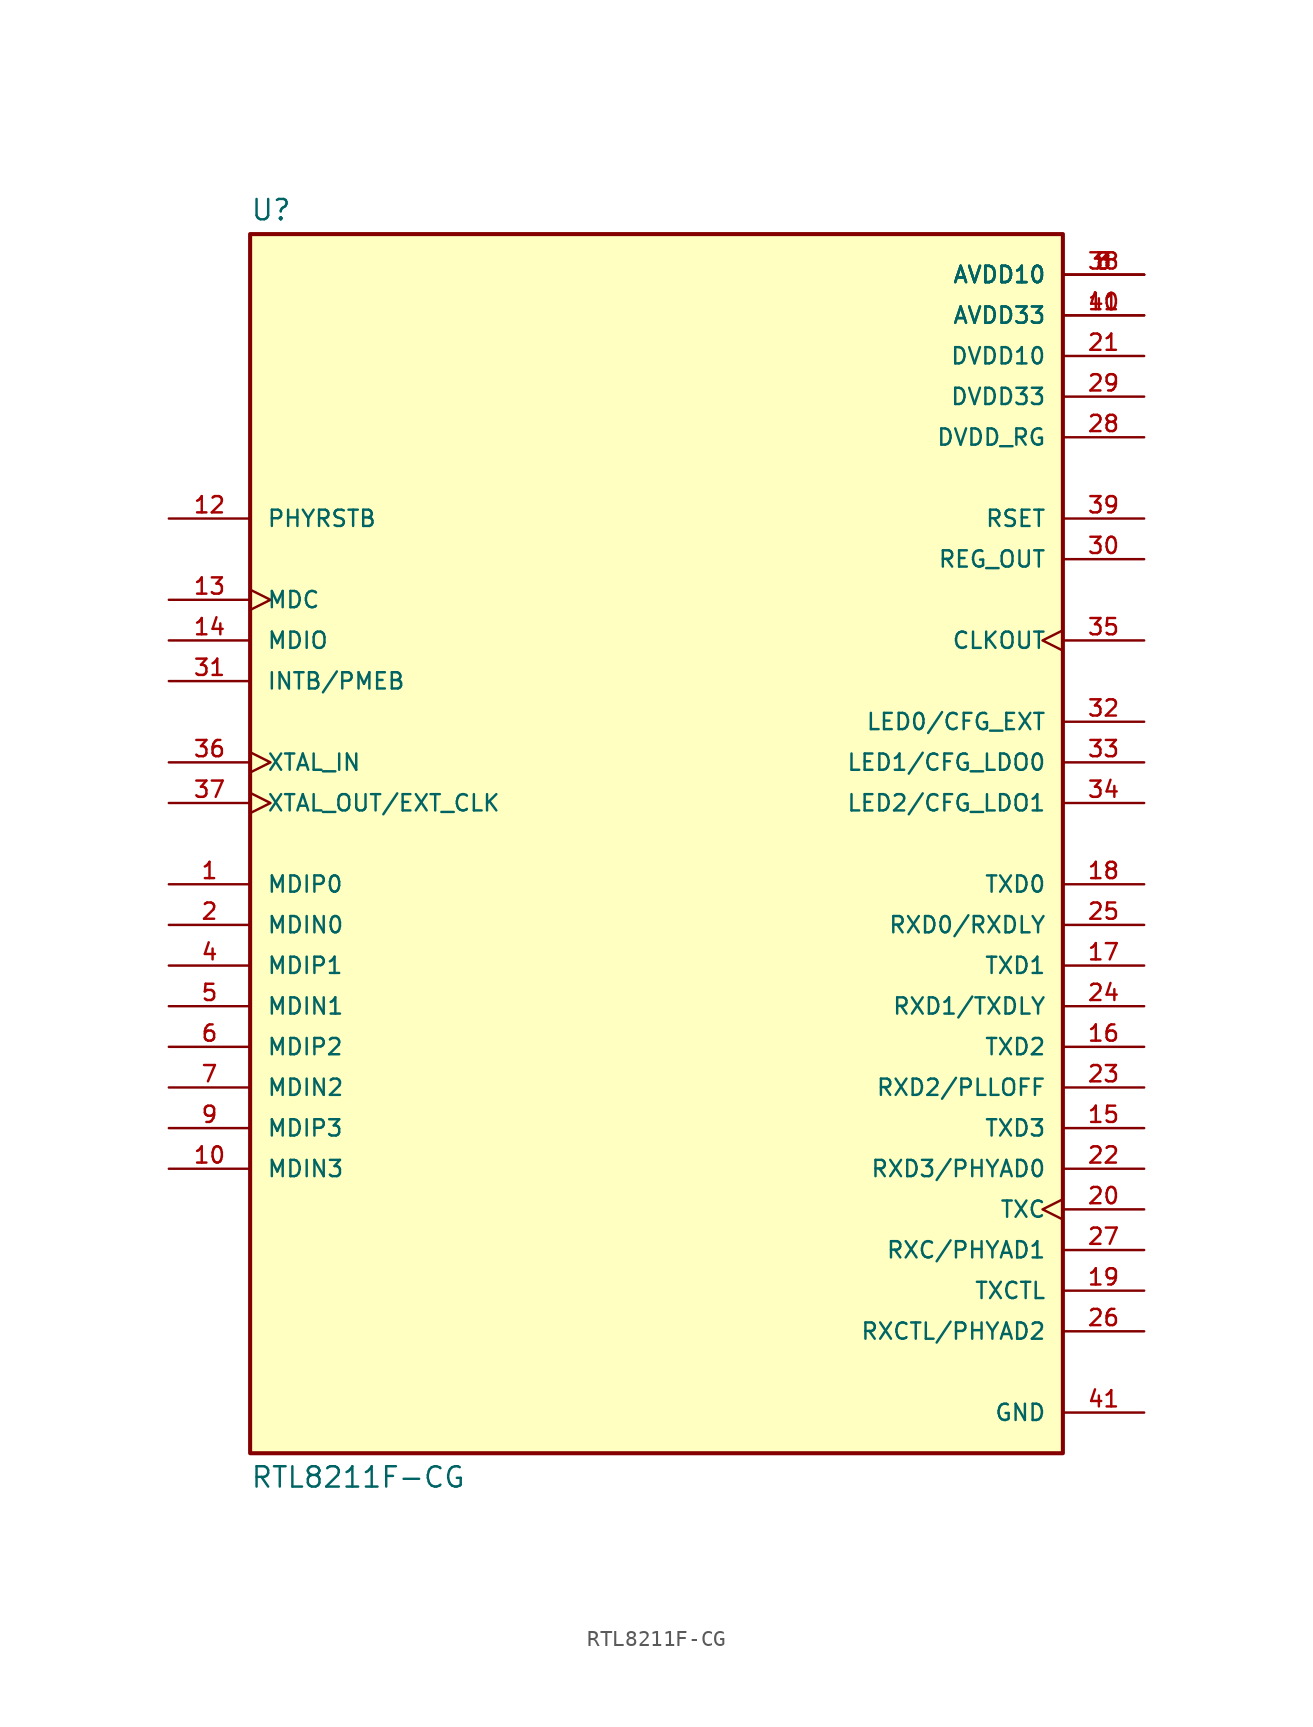
<source format=kicad_sym>
(kicad_symbol_lib
  (version 20211014)
  (generator kicad_symbol_editor)
  (symbol "RTL8211F-CG"
    (pin_names
      (offset 1.016))
    (property "Reference" "U"
      (at -25.4 38.862 0)
      (effects (font (size 1.27 1.27)) (justify bottom left)))
    (property "Value" "RTL8211F-CG"
      (at -25.4 -38.862 0)
      (effects (font (size 1.27 1.27)) (justify top left)))
    (symbol "RTL8211F-CG_0_0"
      (rectangle (start -25.4 -38.1) (end 25.4 38.1) (stroke (width 0.254)) (fill (type background)))
      (pin bidirectional line (at -30.48 -2.54 0) (length 5.08) (name "MDIP0" (effects (font (size 1.016 1.016)))) (number "1" (effects (font (size 1.016 1.016)))))
      (pin bidirectional line (at -30.48 -5.08 0) (length 5.08) (name "MDIN0" (effects (font (size 1.016 1.016)))) (number "2" (effects (font (size 1.016 1.016)))))
      (pin bidirectional line (at -30.48 -7.62 0) (length 5.08) (name "MDIP1" (effects (font (size 1.016 1.016)))) (number "4" (effects (font (size 1.016 1.016)))))
      (pin bidirectional line (at -30.48 -10.16 0) (length 5.08) (name "MDIN1" (effects (font (size 1.016 1.016)))) (number "5" (effects (font (size 1.016 1.016)))))
      (pin bidirectional line (at -30.48 -12.7 0) (length 5.08) (name "MDIP2" (effects (font (size 1.016 1.016)))) (number "6" (effects (font (size 1.016 1.016)))))
      (pin bidirectional line (at -30.48 -15.24 0) (length 5.08) (name "MDIN2" (effects (font (size 1.016 1.016)))) (number "7" (effects (font (size 1.016 1.016)))))
      (pin bidirectional line (at -30.48 -17.78 0) (length 5.08) (name "MDIP3" (effects (font (size 1.016 1.016)))) (number "9" (effects (font (size 1.016 1.016)))))
      (pin bidirectional line (at -30.48 -20.32 0) (length 5.08) (name "MDIN3" (effects (font (size 1.016 1.016)))) (number "10" (effects (font (size 1.016 1.016)))))
      (pin input clock (at -30.48 5.08 0) (length 5.08) (name "XTAL_IN" (effects (font (size 1.016 1.016)))) (number "36" (effects (font (size 1.016 1.016)))))
      (pin output clock (at -30.48 2.54 0) (length 5.08) (name "XTAL_OUT/EXT_CLK" (effects (font (size 1.016 1.016)))) (number "37" (effects (font (size 1.016 1.016)))))
      (pin output clock (at 30.48 12.7 180.0) (length 5.08) (name "CLKOUT" (effects (font (size 1.016 1.016)))) (number "35" (effects (font (size 1.016 1.016)))))
      (pin input clock (at 30.48 -22.86 180.0) (length 5.08) (name "TXC" (effects (font (size 1.016 1.016)))) (number "20" (effects (font (size 1.016 1.016)))))
      (pin input line (at 30.48 -2.54 180.0) (length 5.08) (name "TXD0" (effects (font (size 1.016 1.016)))) (number "18" (effects (font (size 1.016 1.016)))))
      (pin input line (at 30.48 -7.62 180.0) (length 5.08) (name "TXD1" (effects (font (size 1.016 1.016)))) (number "17" (effects (font (size 1.016 1.016)))))
      (pin input line (at 30.48 -12.7 180.0) (length 5.08) (name "TXD2" (effects (font (size 1.016 1.016)))) (number "16" (effects (font (size 1.016 1.016)))))
      (pin input line (at 30.48 -17.78 180.0) (length 5.08) (name "TXD3" (effects (font (size 1.016 1.016)))) (number "15" (effects (font (size 1.016 1.016)))))
      (pin input line (at 30.48 -27.94 180.0) (length 5.08) (name "TXCTL" (effects (font (size 1.016 1.016)))) (number "19" (effects (font (size 1.016 1.016)))))
      (pin bidirectional line (at 30.48 -25.4 180.0) (length 5.08) (name "RXC/PHYAD1" (effects (font (size 1.016 1.016)))) (number "27" (effects (font (size 1.016 1.016)))))
      (pin bidirectional line (at 30.48 -5.08 180.0) (length 5.08) (name "RXD0/RXDLY" (effects (font (size 1.016 1.016)))) (number "25" (effects (font (size 1.016 1.016)))))
      (pin bidirectional line (at 30.48 -10.16 180.0) (length 5.08) (name "RXD1/TXDLY" (effects (font (size 1.016 1.016)))) (number "24" (effects (font (size 1.016 1.016)))))
      (pin bidirectional line (at 30.48 -15.24 180.0) (length 5.08) (name "RXD2/PLLOFF" (effects (font (size 1.016 1.016)))) (number "23" (effects (font (size 1.016 1.016)))))
      (pin bidirectional line (at 30.48 -20.32 180.0) (length 5.08) (name "RXD3/PHYAD0" (effects (font (size 1.016 1.016)))) (number "22" (effects (font (size 1.016 1.016)))))
      (pin bidirectional line (at 30.48 -30.48 180.0) (length 5.08) (name "RXCTL/PHYAD2" (effects (font (size 1.016 1.016)))) (number "26" (effects (font (size 1.016 1.016)))))
      (pin input clock (at -30.48 15.24 0) (length 5.08) (name "MDC" (effects (font (size 1.016 1.016)))) (number "13" (effects (font (size 1.016 1.016)))))
      (pin bidirectional line (at -30.48 12.7 0) (length 5.08) (name "MDIO" (effects (font (size 1.016 1.016)))) (number "14" (effects (font (size 1.016 1.016)))))
      (pin output line (at -30.48 10.16 0) (length 5.08) (name "INTB/PMEB" (effects (font (size 1.016 1.016)))) (number "31" (effects (font (size 1.016 1.016)))))
      (pin input line (at -30.48 20.32 0) (length 5.08) (name "PHYRSTB" (effects (font (size 1.016 1.016)))) (number "12" (effects (font (size 1.016 1.016)))))
      (pin output line (at 30.48 20.32 180.0) (length 5.08) (name "RSET" (effects (font (size 1.016 1.016)))) (number "39" (effects (font (size 1.016 1.016)))))
      (pin bidirectional line (at 30.48 7.62 180.0) (length 5.08) (name "LED0/CFG_EXT" (effects (font (size 1.016 1.016)))) (number "32" (effects (font (size 1.016 1.016)))))
      (pin bidirectional line (at 30.48 5.08 180.0) (length 5.08) (name "LED1/CFG_LDO0" (effects (font (size 1.016 1.016)))) (number "33" (effects (font (size 1.016 1.016)))))
      (pin bidirectional line (at 30.48 2.54 180.0) (length 5.08) (name "LED2/CFG_LDO1" (effects (font (size 1.016 1.016)))) (number "34" (effects (font (size 1.016 1.016)))))
      (pin output line (at 30.48 17.78 180.0) (length 5.08) (name "REG_OUT" (effects (font (size 1.016 1.016)))) (number "30" (effects (font (size 1.016 1.016)))))
      (pin power_in line (at 30.48 27.94 180.0) (length 5.08) (name "DVDD33" (effects (font (size 1.016 1.016)))) (number "29" (effects (font (size 1.016 1.016)))))
      (pin power_in line (at 30.48 25.4 180.0) (length 5.08) (name "DVDD_RG" (effects (font (size 1.016 1.016)))) (number "28" (effects (font (size 1.016 1.016)))))
      (pin power_in line (at 30.48 30.48 180.0) (length 5.08) (name "DVDD10" (effects (font (size 1.016 1.016)))) (number "21" (effects (font (size 1.016 1.016)))))
      (pin power_in line (at 30.48 33.02 180.0) (length 5.08) (name "AVDD33" (effects (font (size 1.016 1.016)))) (number "11" (effects (font (size 1.016 1.016)))))
      (pin power_in line (at 30.48 33.02 180.0) (length 5.08) (name "AVDD33" (effects (font (size 1.016 1.016)))) (number "40" (effects (font (size 1.016 1.016)))))
      (pin power_in line (at 30.48 35.56 180.0) (length 5.08) (name "AVDD10" (effects (font (size 1.016 1.016)))) (number "3" (effects (font (size 1.016 1.016)))))
      (pin power_in line (at 30.48 35.56 180.0) (length 5.08) (name "AVDD10" (effects (font (size 1.016 1.016)))) (number "8" (effects (font (size 1.016 1.016)))))
      (pin power_in line (at 30.48 35.56 180.0) (length 5.08) (name "AVDD10" (effects (font (size 1.016 1.016)))) (number "38" (effects (font (size 1.016 1.016)))))
      (pin power_in line (at 30.48 -35.56 180.0) (length 5.08) (name "GND" (effects (font (size 1.016 1.016)))) (number "41" (effects (font (size 1.016 1.016))))))))
</source>
